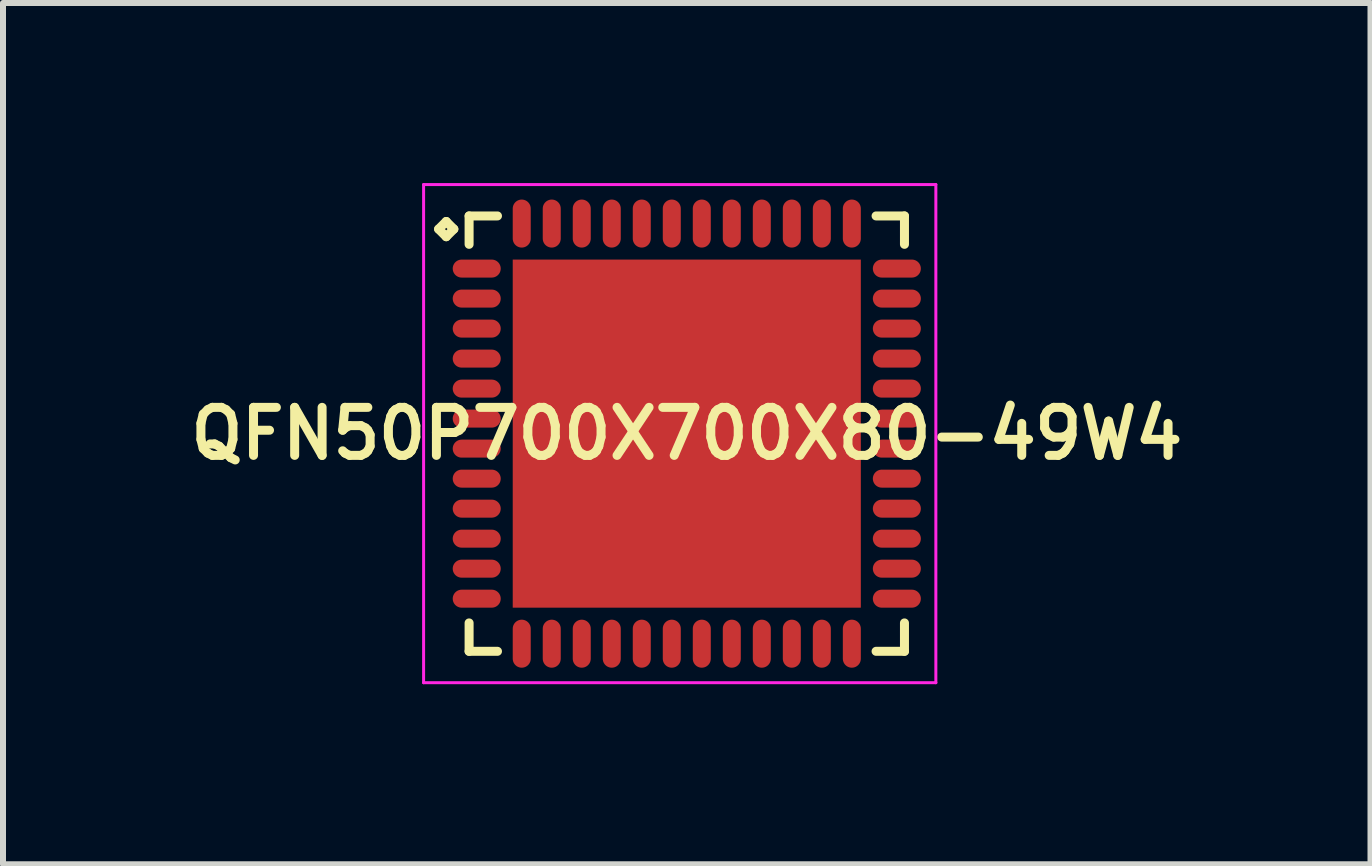
<source format=kicad_pcb>
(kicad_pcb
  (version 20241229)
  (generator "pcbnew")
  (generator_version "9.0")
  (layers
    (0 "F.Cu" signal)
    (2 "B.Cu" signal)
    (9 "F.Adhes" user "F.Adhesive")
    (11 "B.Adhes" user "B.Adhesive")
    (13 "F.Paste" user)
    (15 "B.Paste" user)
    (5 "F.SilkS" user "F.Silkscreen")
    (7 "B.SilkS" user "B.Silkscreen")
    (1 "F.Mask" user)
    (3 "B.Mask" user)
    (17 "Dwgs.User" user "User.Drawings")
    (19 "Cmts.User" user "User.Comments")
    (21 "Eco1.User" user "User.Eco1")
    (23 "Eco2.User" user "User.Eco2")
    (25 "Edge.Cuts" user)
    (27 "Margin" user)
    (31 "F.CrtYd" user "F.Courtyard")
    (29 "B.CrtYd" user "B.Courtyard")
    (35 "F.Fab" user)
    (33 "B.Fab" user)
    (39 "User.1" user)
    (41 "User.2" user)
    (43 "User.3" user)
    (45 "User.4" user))
  (footprint "QFN50P700X700X80-49W4"
    (layer "F.Cu")
    (at 8.393 4.175)
    (property "Reference" "QFN50P700X700X80-49W4" (at 0 0 0) (layer "F.SilkS") (effects (font (size 0.8 0.8) (thickness 0.15))))
    (attr smd)
    (fp_line (start -4.135 -3.408) (end -4.008 -3.535) (stroke (width 0.15) (type solid)) (layer "F.SilkS"))
    (fp_line (start -4.008 -3.535) (end -3.881 -3.408) (stroke (width 0.15) (type solid)) (layer "F.SilkS"))
    (fp_line (start -4.008 -3.281) (end -4.135 -3.408) (stroke (width 0.15) (type solid)) (layer "F.SilkS"))
    (fp_line (start -3.881 -3.408) (end -4.008 -3.281) (stroke (width 0.15) (type solid)) (layer "F.SilkS"))
    (fp_line (start -3.627 -3.627) (end -3.154 -3.627) (stroke (width 0.15) (type solid)) (layer "F.SilkS"))
    (fp_line (start -3.627 -3.154) (end -3.627 -3.627) (stroke (width 0.15) (type solid)) (layer "F.SilkS"))
    (fp_line (start -3.627 3.154) (end -3.627 3.627) (stroke (width 0.15) (type solid)) (layer "F.SilkS"))
    (fp_line (start -3.627 3.627) (end -3.154 3.627) (stroke (width 0.15) (type solid)) (layer "F.SilkS"))
    (fp_line (start 3.154 -3.627) (end 3.627 -3.627) (stroke (width 0.15) (type solid)) (layer "F.SilkS"))
    (fp_line (start 3.154 3.627) (end 3.627 3.627) (stroke (width 0.15) (type solid)) (layer "F.SilkS"))
    (fp_line (start 3.627 -3.627) (end 3.627 -3.154) (stroke (width 0.15) (type solid)) (layer "F.SilkS"))
    (fp_line (start 3.627 3.627) (end 3.627 3.154) (stroke (width 0.15) (type solid)) (layer "F.SilkS"))
    (fp_line (start -4.385 -4.15) (end 4.15 -4.15) (stroke (width 0.05) (type solid)) (layer "F.CrtYd"))
    (fp_line (start -4.385 4.15) (end -4.385 -4.15) (stroke (width 0.05) (type solid)) (layer "F.CrtYd"))
    (fp_line (start 4.15 -4.15) (end 4.15 4.15) (stroke (width 0.05) (type solid)) (layer "F.CrtYd"))
    (fp_line (start 4.15 4.15) (end -4.385 4.15) (stroke (width 0.05) (type solid)) (layer "F.CrtYd"))
    (pad "1" smd oval (at -3.5 -2.75) (size 0.8 0.3) (layers "F.Cu" "F.Mask" "F.Paste"))
    (pad "2" smd oval (at -3.5 -2.25) (size 0.8 0.3) (layers "F.Cu" "F.Mask" "F.Paste"))
    (pad "3" smd oval (at -3.5 -1.75) (size 0.8 0.3) (layers "F.Cu" "F.Mask" "F.Paste"))
    (pad "4" smd oval (at -3.5 -1.25) (size 0.8 0.3) (layers "F.Cu" "F.Mask" "F.Paste"))
    (pad "5" smd oval (at -3.5 -0.75) (size 0.8 0.3) (layers "F.Cu" "F.Mask" "F.Paste"))
    (pad "6" smd oval (at -3.5 -0.25) (size 0.8 0.3) (layers "F.Cu" "F.Mask" "F.Paste"))
    (pad "7" smd oval (at -3.5 0.25) (size 0.8 0.3) (layers "F.Cu" "F.Mask" "F.Paste"))
    (pad "8" smd oval (at -3.5 0.75) (size 0.8 0.3) (layers "F.Cu" "F.Mask" "F.Paste"))
    (pad "9" smd oval (at -3.5 1.25) (size 0.8 0.3) (layers "F.Cu" "F.Mask" "F.Paste"))
    (pad "10" smd oval (at -3.5 1.75) (size 0.8 0.3) (layers "F.Cu" "F.Mask" "F.Paste"))
    (pad "11" smd oval (at -3.5 2.25) (size 0.8 0.3) (layers "F.Cu" "F.Mask" "F.Paste"))
    (pad "12" smd oval (at -3.5 2.75) (size 0.8 0.3) (layers "F.Cu" "F.Mask" "F.Paste"))
    (pad "13" smd oval (at -2.75 3.5) (size 0.3 0.8) (layers "F.Cu" "F.Mask" "F.Paste"))
    (pad "14" smd oval (at -2.25 3.5) (size 0.3 0.8) (layers "F.Cu" "F.Mask" "F.Paste"))
    (pad "15" smd oval (at -1.75 3.5) (size 0.3 0.8) (layers "F.Cu" "F.Mask" "F.Paste"))
    (pad "16" smd oval (at -1.25 3.5) (size 0.3 0.8) (layers "F.Cu" "F.Mask" "F.Paste"))
    (pad "17" smd oval (at -0.75 3.5) (size 0.3 0.8) (layers "F.Cu" "F.Mask" "F.Paste"))
    (pad "18" smd oval (at -0.25 3.5) (size 0.3 0.8) (layers "F.Cu" "F.Mask" "F.Paste"))
    (pad "19" smd oval (at 0.25 3.5) (size 0.3 0.8) (layers "F.Cu" "F.Mask" "F.Paste"))
    (pad "20" smd oval (at 0.75 3.5) (size 0.3 0.8) (layers "F.Cu" "F.Mask" "F.Paste"))
    (pad "21" smd oval (at 1.25 3.5) (size 0.3 0.8) (layers "F.Cu" "F.Mask" "F.Paste"))
    (pad "22" smd oval (at 1.75 3.5) (size 0.3 0.8) (layers "F.Cu" "F.Mask" "F.Paste"))
    (pad "23" smd oval (at 2.25 3.5) (size 0.3 0.8) (layers "F.Cu" "F.Mask" "F.Paste"))
    (pad "24" smd oval (at 2.75 3.5) (size 0.3 0.8) (layers "F.Cu" "F.Mask" "F.Paste"))
    (pad "25" smd oval (at 3.5 2.75) (size 0.8 0.3) (layers "F.Cu" "F.Mask" "F.Paste"))
    (pad "26" smd oval (at 3.5 2.25) (size 0.8 0.3) (layers "F.Cu" "F.Mask" "F.Paste"))
    (pad "27" smd oval (at 3.5 1.75) (size 0.8 0.3) (layers "F.Cu" "F.Mask" "F.Paste"))
    (pad "28" smd oval (at 3.5 1.25) (size 0.8 0.3) (layers "F.Cu" "F.Mask" "F.Paste"))
    (pad "29" smd oval (at 3.5 0.75) (size 0.8 0.3) (layers "F.Cu" "F.Mask" "F.Paste"))
    (pad "30" smd oval (at 3.5 0.25) (size 0.8 0.3) (layers "F.Cu" "F.Mask" "F.Paste"))
    (pad "31" smd oval (at 3.5 -0.25) (size 0.8 0.3) (layers "F.Cu" "F.Mask" "F.Paste"))
    (pad "32" smd oval (at 3.5 -0.75) (size 0.8 0.3) (layers "F.Cu" "F.Mask" "F.Paste"))
    (pad "33" smd oval (at 3.5 -1.25) (size 0.8 0.3) (layers "F.Cu" "F.Mask" "F.Paste"))
    (pad "34" smd oval (at 3.5 -1.75) (size 0.8 0.3) (layers "F.Cu" "F.Mask" "F.Paste"))
    (pad "35" smd oval (at 3.5 -2.25) (size 0.8 0.3) (layers "F.Cu" "F.Mask" "F.Paste"))
    (pad "36" smd oval (at 3.5 -2.75) (size 0.8 0.3) (layers "F.Cu" "F.Mask" "F.Paste"))
    (pad "37" smd oval (at 2.75 -3.5) (size 0.3 0.8) (layers "F.Cu" "F.Mask" "F.Paste"))
    (pad "38" smd oval (at 2.25 -3.5) (size 0.3 0.8) (layers "F.Cu" "F.Mask" "F.Paste"))
    (pad "39" smd oval (at 1.75 -3.5) (size 0.3 0.8) (layers "F.Cu" "F.Mask" "F.Paste"))
    (pad "40" smd oval (at 1.25 -3.5) (size 0.3 0.8) (layers "F.Cu" "F.Mask" "F.Paste"))
    (pad "41" smd oval (at 0.75 -3.5) (size 0.3 0.8) (layers "F.Cu" "F.Mask" "F.Paste"))
    (pad "42" smd oval (at 0.25 -3.5) (size 0.3 0.8) (layers "F.Cu" "F.Mask" "F.Paste"))
    (pad "43" smd oval (at -0.25 -3.5) (size 0.3 0.8) (layers "F.Cu" "F.Mask" "F.Paste"))
    (pad "44" smd oval (at -0.75 -3.5) (size 0.3 0.8) (layers "F.Cu" "F.Mask" "F.Paste"))
    (pad "45" smd oval (at -1.25 -3.5) (size 0.3 0.8) (layers "F.Cu" "F.Mask" "F.Paste"))
    (pad "46" smd oval (at -1.75 -3.5) (size 0.3 0.8) (layers "F.Cu" "F.Mask" "F.Paste"))
    (pad "47" smd oval (at -2.25 -3.5) (size 0.3 0.8) (layers "F.Cu" "F.Mask" "F.Paste"))
    (pad "48" smd oval (at -2.75 -3.5) (size 0.3 0.8) (layers "F.Cu" "F.Mask" "F.Paste"))
    (pad "49" smd rect (at 0 0) (size 5.8 5.8) (layers "F.Cu" "F.Mask" "F.Paste")))
  (gr_rect
    (start -3 -3)
    (end 19.785 11.35)
    (stroke (width 0.1) (type default))
    (fill no)
    (layer "Edge.Cuts")))
</source>
